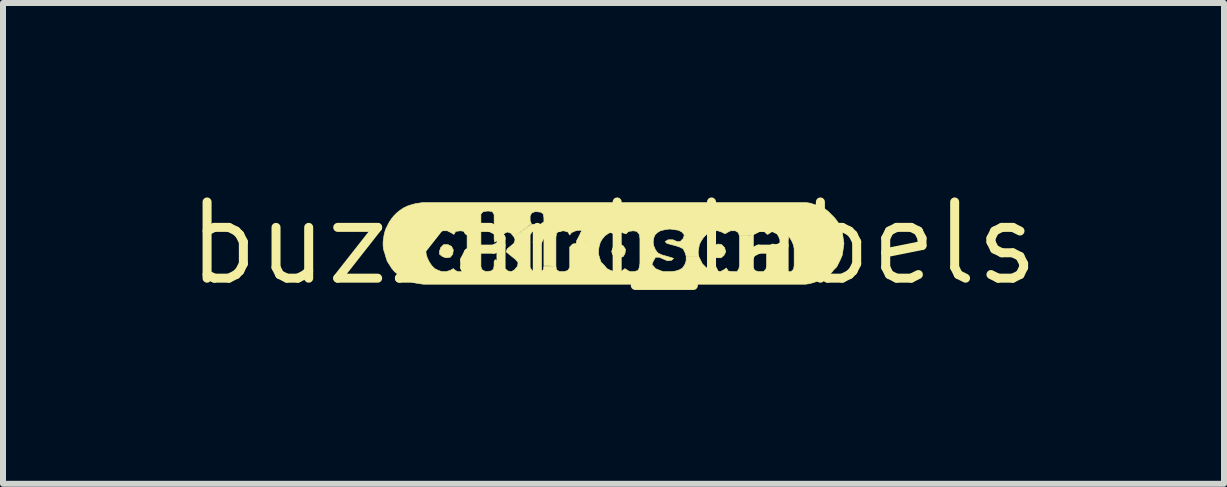
<source format=kicad_pcb>
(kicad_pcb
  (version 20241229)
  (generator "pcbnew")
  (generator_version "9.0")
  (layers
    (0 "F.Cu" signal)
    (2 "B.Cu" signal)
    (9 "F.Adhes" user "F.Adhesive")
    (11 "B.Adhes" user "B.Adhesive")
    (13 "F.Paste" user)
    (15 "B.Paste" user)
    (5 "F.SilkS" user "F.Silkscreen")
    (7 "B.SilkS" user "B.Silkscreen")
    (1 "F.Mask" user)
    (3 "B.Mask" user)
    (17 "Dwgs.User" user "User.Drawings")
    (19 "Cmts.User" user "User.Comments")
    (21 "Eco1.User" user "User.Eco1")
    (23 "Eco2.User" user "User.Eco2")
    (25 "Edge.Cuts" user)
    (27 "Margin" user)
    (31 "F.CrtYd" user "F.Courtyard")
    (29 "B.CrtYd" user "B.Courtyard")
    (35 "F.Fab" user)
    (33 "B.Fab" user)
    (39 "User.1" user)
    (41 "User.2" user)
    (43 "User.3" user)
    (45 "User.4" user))
  (footprint "buzzard_labels"
    (layer "F.Cu")
    (at 7.174 1.006)
    (property "Reference" "buzzard_labels" (at 0 0 0) (layer "F.SilkS") (effects (font (size 1.27 1.27) (thickness 0.15))))
    (attr exclude_from_pos_files exclude_from_bom)
    (fp_poly (pts (xy -2.9 0.18) (xy -2.85 0.22) (xy -2.79 0.24) (xy -2.72 0.23) (xy -2.68 0.18) (xy -2.67 0.11) (xy -2.7 0.05) (xy -2.76 0.02) (xy -2.83 0.02) (xy -2.88 0.07) (xy -2.9 0.13) (xy -2.9 0.18)) (stroke (width 0.01) (type solid)) (fill yes) (layer "F.SilkS"))
    (fp_poly (pts (xy -0.02 0.18) (xy 0.03 0.23) (xy 0.09 0.24) (xy 0.16 0.22) (xy 0.19 0.17) (xy 0.2 0.1) (xy 0.16 0.04) (xy 0.1 0.01) (xy 0.04 0.02) (xy -0.01 0.07) (xy -0.03 0.13) (xy -0.02 0.18)) (stroke (width 0.01) (type solid)) (fill yes) (layer "F.SilkS"))
    (fp_poly (pts (xy 1.67 0.21) (xy 1.72 0.24) (xy 1.79 0.24) (xy 1.84 0.2) (xy 1.87 0.14) (xy 1.85 0.07) (xy 1.8 0.02) (xy 1.74 0.01) (xy 1.68 0.04) (xy 1.64 0.1) (xy 1.64 0.17) (xy 1.67 0.21)) (stroke (width 0.01) (type solid)) (fill yes) (layer "F.SilkS"))
    (fp_poly (pts (xy -3.18 -0.68) (xy -3.25 -0.67) (xy -3.31 -0.66) (xy -3.38 -0.64) (xy -3.44 -0.62) (xy -3.5 -0.59) (xy -3.56 -0.55) (xy -3.61 -0.51) (xy -3.66 -0.46) (xy -3.7 -0.41) (xy -3.74 -0.35) (xy -3.77 -0.29) (xy -3.8 -0.23) (xy -3.82 -0.16) (xy -3.83 -0.1) (xy -3.84 -0.03) (xy -3.84 0.04) (xy -3.83 0.11) (xy -3.81 0.17) (xy -3.79 0.24) (xy -3.77 0.3) (xy -3.73 0.36) (xy -3.7 0.41) (xy -3.65 0.47) (xy -3.6 0.51) (xy -3.55 0.55) (xy -3.49 0.59) (xy -3.43 0.62) (xy -3.37 0.64) (xy -3.3 0.66) (xy -3.24 0.67) (xy -3.17 0.68) (xy -3.1 0.68) (xy -2.98 0.42) (xy -3.03 0.37) (xy -3.07 0.31) (xy -3.1 0.25) (xy -3.12 0.19) (xy -3.13 0.12) (xy -3.12 0.05) (xy -3.1 -0.01) (xy -3.06 -0.07) (xy -3.02 -0.12) (xy -2.96 -0.17) (xy -2.9 -0.2) (xy -2.84 -0.21) (xy -2.77 -0.21) (xy -2.71 -0.18) (xy -2.66 -0.15) (xy -2.63 -0.2) (xy -2.55 -0.21) (xy -2.49 -0.2) (xy -2.44 -0.15) (xy -2.44 -0.09) (xy -2.44 0.32) (xy -2.44 0.39) (xy -2.21 0.39) (xy -2.21 -0.43) (xy -2.21 -0.49) (xy -2.17 -0.53) (xy -2.09 -0.54) (xy -2.02 -0.53) (xy -1.99 -0.48) (xy -1.99 -0.07) (xy -1.98 -0.02) (xy -1.93 -0.06) (xy -1.87 -0.12) (xy -1.83 -0.16) (xy -1.77 -0.19) (xy -1.71 -0.17) (xy -1.66 -0.11) (xy -1.37 -0.33) (xy -1.39 -0.38) (xy -1.39 -0.46) (xy -1.36 -0.51) (xy -1.3 -0.53) (xy -1.21 -0.52) (xy -1.17 -0.49) (xy -1.16 -0.42) (xy -1.16 -0.36) (xy -1.23 -0.31) (xy -1.3 -0.31) (xy -1.3 -0.21) (xy -1.22 -0.2) (xy -1.17 -0.17) (xy -1.16 -0.11) (xy -1.16 0.37) (xy -0.96 0.38) (xy -0.96 -0.1) (xy -0.95 -0.17) (xy -0.91 -0.2) (xy -0.83 -0.21) (xy -0.76 -0.19) (xy -0.73 -0.14) (xy -0.7 -0.18) (xy -0.63 -0.21) (xy -0.56 -0.22) (xy -0.5 -0.2) (xy -0.45 -0.18) (xy -0.44 -0.11) (xy -0.45 -0.05) (xy -0.24 0.05) (xy -0.22 -0.02) (xy -0.19 -0.07) (xy -0.14 -0.13) (xy -0.08 -0.17) (xy -0.02 -0.2) (xy 0.04 -0.21) (xy 0.11 -0.2) (xy 0.17 -0.17) (xy 0.21 -0.16) (xy 0.25 -0.2) (xy 0.33 -0.21) (xy 0.39 -0.2) (xy 0.43 -0.15) (xy 0.44 -0.08) (xy 0.44 0.33) (xy 0.64 0.35) (xy 0.66 0.3) (xy 0.7 0.23) (xy 0.76 0.23) (xy 0.83 0.26) (xy 0.9 0.29) (xy 0.97 0.28) (xy 1 0.25) (xy 0.94 0.23) (xy 0.87 0.21) (xy 0.8 0.19) (xy 0.74 0.16) (xy 0.7 0.11) (xy 0.67 0.04) (xy 0.66 -0.02) (xy 0.67 -0.09) (xy 0.69 -0.14) (xy 0.73 -0.18) (xy 0.78 -0.21) (xy 0.86 -0.23) (xy 0.94 -0.24) (xy 1.01 -0.23) (xy 1.08 -0.22) (xy 1.14 -0.19) (xy 1.18 -0.14) (xy 1.16 -0.08) (xy 1.11 -0.03) (xy 1.06 -0.03) (xy 0.99 -0.06) (xy 0.91 -0.06) (xy 0.86 -0.03) (xy 0.89 0) (xy 1.04 0.04) (xy 1.1 0.06) (xy 1.16 0.09) (xy 1.19 0.15) (xy 1.21 0.21) (xy 1.42 0.22) (xy 1.41 0.15) (xy 1.42 0.08) (xy 1.43 0.02) (xy 1.46 -0.04) (xy 1.5 -0.1) (xy 1.55 -0.15) (xy 1.61 -0.19) (xy 1.67 -0.21) (xy 1.74 -0.21) (xy 1.8 -0.19) (xy 1.86 -0.16) (xy 1.89 -0.18) (xy 1.95 -0.21) (xy 2.03 -0.21) (xy 2.08 -0.18) (xy 2.1 -0.12) (xy 2.33 -0.15) (xy 2.36 -0.19) (xy 2.43 -0.21) (xy 2.51 -0.2) (xy 2.55 -0.16) (xy 2.57 -0.15) (xy 2.63 -0.19) (xy 2.69 -0.21) (xy 2.71 -0.21) (xy 2.77 -0.2) (xy 2.84 -0.18) (xy 2.89 -0.14) (xy 2.94 -0.09) (xy 2.97 -0.04) (xy 3 0.03) (xy 3.01 0.09) (xy 3.01 0.37) (xy 3 0.43) (xy 2.96 0.47) (xy 2.87 0.47) (xy 2.81 0.45) (xy 2.78 0.41) (xy 2.78 0.33) (xy 2.78 0.13) (xy 2.77 0.06) (xy 2.72 0.02) (xy 2.65 0.01) (xy 2.59 0.04) (xy 2.55 0.1) (xy 2.55 0.17) (xy 2.55 0.37) (xy 2.54 0.43) (xy 2.5 0.47) (xy 2.41 0.47) (xy 2.35 0.45) (xy 2.33 0.4) (xy 2.33 -0.14) (xy 2.1 -0.12) (xy 2.1 0.36) (xy 2.09 0.42) (xy 2.06 0.47) (xy 1.97 0.47) (xy 1.91 0.46) (xy 1.88 0.41) (xy 1.84 0.44) (xy 1.78 0.47) (xy 1.71 0.47) (xy 1.64 0.46) (xy 1.59 0.44) (xy 1.53 0.39) (xy 1.48 0.34) (xy 1.45 0.28) (xy 1.42 0.22) (xy 1.21 0.22) (xy 1.21 0.29) (xy 1.19 0.35) (xy 1.15 0.41) (xy 1.1 0.44) (xy 1.04 0.46) (xy 0.97 0.47) (xy 0.89 0.47) (xy 0.83 0.47) (xy 0.77 0.45) (xy 0.7 0.42) (xy 0.64 0.35) (xy 0.44 0.33) (xy 0.43 0.4) (xy 0.41 0.45) (xy 0.35 0.47) (xy 0.27 0.47) (xy 0.22 0.44) (xy 0.19 0.42) (xy 0.14 0.46) (xy 0.07 0.47) (xy 0.01 0.47) (xy -0.05 0.45) (xy -0.11 0.42) (xy -0.16 0.36) (xy -0.21 0.31) (xy -0.23 0.25) (xy -0.25 0.18) (xy -0.25 0.11) (xy -0.24 0.05) (xy -0.45 -0.05) (xy -0.49 0.01) (xy -0.55 0.03) (xy -0.61 0) (xy -0.68 0.01) (xy -0.73 0.06) (xy -0.73 0.12) (xy -0.73 0.4) (xy -0.76 0.45) (xy -0.82 0.47) (xy -0.9 0.47) (xy -0.95 0.44) (xy -0.96 0.38) (xy -1.16 0.38) (xy -1.17 0.44) (xy -1.21 0.47) (xy -1.3 0.47) (xy -1.36 0.45) (xy -1.39 0.4) (xy -1.39 -0.08) (xy -1.39 -0.14) (xy -1.36 -0.19) (xy -1.3 -0.21) (xy -1.31 -0.31) (xy -1.36 -0.32) (xy -1.66 -0.11) (xy -1.64 -0.06) (xy -1.66 0) (xy -1.77 0.09) (xy -1.79 0.14) (xy -1.63 0.27) (xy -1.59 0.32) (xy -1.6 0.38) (xy -1.65 0.44) (xy -1.7 0.47) (xy -1.76 0.46) (xy -1.81 0.42) (xy -1.86 0.37) (xy -1.92 0.31) (xy -1.97 0.27) (xy -1.99 0.3) (xy -1.99 0.37) (xy -2 0.43) (xy -2.04 0.46) (xy -2.13 0.47) (xy -2.19 0.44) (xy -2.21 0.39) (xy -2.44 0.39) (xy -2.45 0.45) (xy -2.51 0.47) (xy -2.6 0.47) (xy -2.65 0.44) (xy -2.67 0.42) (xy -2.72 0.45) (xy -2.79 0.47) (xy -2.86 0.47) (xy -2.92 0.45) (xy -2.98 0.42) (xy -3.1 0.68) (xy 3.14 0.68) (xy 3.2 0.68) (xy 3.27 0.67) (xy 3.34 0.65) (xy 3.4 0.63) (xy 3.46 0.61) (xy 3.52 0.57) (xy 3.58 0.53) (xy 3.63 0.49) (xy 3.67 0.44) (xy 3.72 0.39) (xy 3.75 0.33) (xy 3.78 0.27) (xy 3.81 0.2) (xy 3.82 0.14) (xy 3.83 0.07) (xy 3.84 0) (xy 3.83 -0.06) (xy 3.82 -0.13) (xy 3.81 -0.2) (xy 3.79 -0.26) (xy 3.76 -0.32) (xy 3.72 -0.38) (xy 3.68 -0.43) (xy 3.63 -0.48) (xy 3.58 -0.53) (xy 3.53 -0.57) (xy 3.47 -0.6) (xy 3.41 -0.63) (xy 3.34 -0.65) (xy 3.28 -0.67) (xy 3.21 -0.68) (xy 3.14 -0.68) (xy -3.16 -0.68) (xy -3.18 -0.68)) (stroke (width 0.01) (type solid)) (fill yes) (layer "F.SilkS")))
  (gr_rect
    (start -3 -3)
    (end 17.347 5.012)
    (stroke (width 0.1) (type default))
    (fill no)
    (layer "Edge.Cuts")))
</source>
